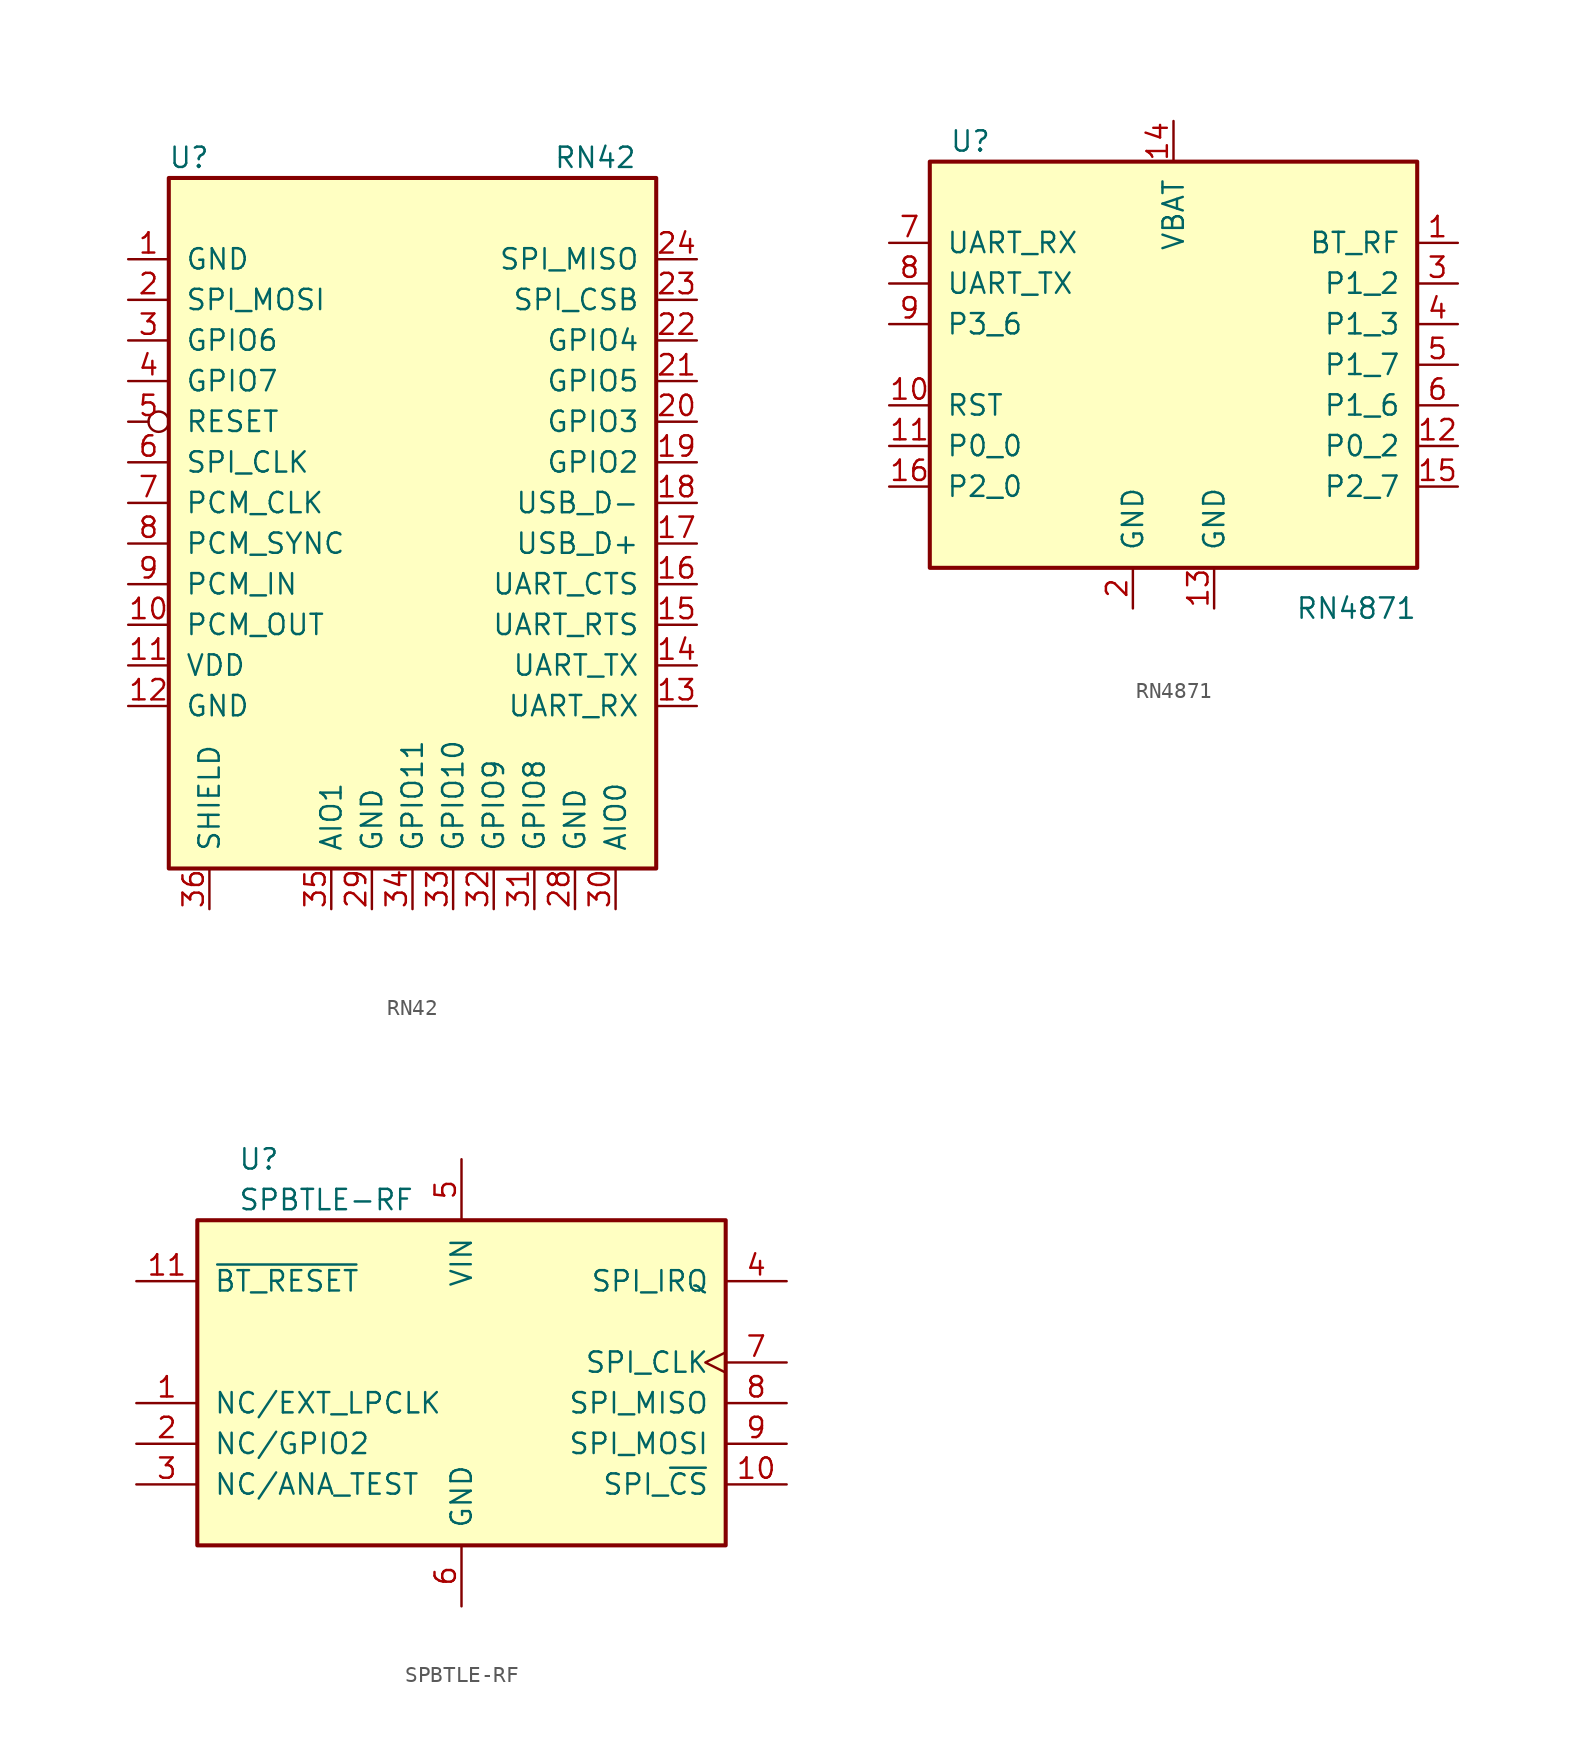
<source format=kicad_sym>
(kicad_symbol_lib
  (version 20201005)
  (generator kicad_symbol_editor)
  (symbol "RF_Bluetooth:RN42"
    (pin_names
      (offset 1.016))
    (property "Reference" "U"
      (at -13.97 24.13 0)
      (effects (font (size 1.27 1.27))))
    (property "Value" "RN42"
      (at 11.43 24.13 0)
      (effects (font (size 1.27 1.27))))
    (symbol "RN42_0_1"
      (rectangle (start -15.24 22.86) (end 15.24 -20.32) (stroke (width 0.254)) (fill (type background))))
    (symbol "RN42_1_1"
      (pin power_in line (at -17.78 17.78 0) (length 2.54) (name "GND" (effects (font (size 1.27 1.27)))) (number "1" (effects (font (size 1.27 1.27)))))
      (pin output line (at -17.78 -5.08 0) (length 2.54) (name "PCM_OUT" (effects (font (size 1.27 1.27)))) (number "10" (effects (font (size 1.27 1.27)))))
      (pin power_in line (at -17.78 -7.62 0) (length 2.54) (name "VDD" (effects (font (size 1.27 1.27)))) (number "11" (effects (font (size 1.27 1.27)))))
      (pin power_in line (at -17.78 -10.16 0) (length 2.54) (name "GND" (effects (font (size 1.27 1.27)))) (number "12" (effects (font (size 1.27 1.27)))))
      (pin input line (at 17.78 -10.16 180) (length 2.54) (name "UART_RX" (effects (font (size 1.27 1.27)))) (number "13" (effects (font (size 1.27 1.27)))))
      (pin output line (at 17.78 -7.62 180) (length 2.54) (name "UART_TX" (effects (font (size 1.27 1.27)))) (number "14" (effects (font (size 1.27 1.27)))))
      (pin output line (at 17.78 -5.08 180) (length 2.54) (name "UART_RTS" (effects (font (size 1.27 1.27)))) (number "15" (effects (font (size 1.27 1.27)))))
      (pin input line (at 17.78 -2.54 180) (length 2.54) (name "UART_CTS" (effects (font (size 1.27 1.27)))) (number "16" (effects (font (size 1.27 1.27)))))
      (pin bidirectional line (at 17.78 0 180) (length 2.54) (name "USB_D+" (effects (font (size 1.27 1.27)))) (number "17" (effects (font (size 1.27 1.27)))))
      (pin bidirectional line (at 17.78 2.54 180) (length 2.54) (name "USB_D-" (effects (font (size 1.27 1.27)))) (number "18" (effects (font (size 1.27 1.27)))))
      (pin bidirectional line (at 17.78 5.08 180) (length 2.54) (name "GPIO2" (effects (font (size 1.27 1.27)))) (number "19" (effects (font (size 1.27 1.27)))))
      (pin input line (at -17.78 15.24 0) (length 2.54) (name "SPI_MOSI" (effects (font (size 1.27 1.27)))) (number "2" (effects (font (size 1.27 1.27)))))
      (pin input line (at 17.78 7.62 180) (length 2.54) (name "GPIO3" (effects (font (size 1.27 1.27)))) (number "20" (effects (font (size 1.27 1.27)))))
      (pin bidirectional line (at 17.78 10.16 180) (length 2.54) (name "GPIO5" (effects (font (size 1.27 1.27)))) (number "21" (effects (font (size 1.27 1.27)))))
      (pin bidirectional line (at 17.78 12.7 180) (length 2.54) (name "GPIO4" (effects (font (size 1.27 1.27)))) (number "22" (effects (font (size 1.27 1.27)))))
      (pin input line (at 17.78 15.24 180) (length 2.54) (name "SPI_CSB" (effects (font (size 1.27 1.27)))) (number "23" (effects (font (size 1.27 1.27)))))
      (pin output line (at 17.78 17.78 180) (length 2.54) (name "SPI_MISO" (effects (font (size 1.27 1.27)))) (number "24" (effects (font (size 1.27 1.27)))))
      (pin power_in line (at 10.16 -22.86 90) (length 2.54) (name "GND" (effects (font (size 1.27 1.27)))) (number "28" (effects (font (size 1.27 1.27)))))
      (pin power_in line (at -2.54 -22.86 90) (length 2.54) (name "GND" (effects (font (size 1.27 1.27)))) (number "29" (effects (font (size 1.27 1.27)))))
      (pin input line (at -17.78 12.7 0) (length 2.54) (name "GPIO6" (effects (font (size 1.27 1.27)))) (number "3" (effects (font (size 1.27 1.27)))))
      (pin input line (at 12.7 -22.86 90) (length 2.54) (name "AIO0" (effects (font (size 1.27 1.27)))) (number "30" (effects (font (size 1.27 1.27)))))
      (pin output line (at 7.62 -22.86 90) (length 2.54) (name "GPIO8" (effects (font (size 1.27 1.27)))) (number "31" (effects (font (size 1.27 1.27)))))
      (pin bidirectional line (at 5.08 -22.86 90) (length 2.54) (name "GPIO9" (effects (font (size 1.27 1.27)))) (number "32" (effects (font (size 1.27 1.27)))))
      (pin bidirectional line (at 2.54 -22.86 90) (length 2.54) (name "GPIO10" (effects (font (size 1.27 1.27)))) (number "33" (effects (font (size 1.27 1.27)))))
      (pin bidirectional line (at 0 -22.86 90) (length 2.54) (name "GPIO11" (effects (font (size 1.27 1.27)))) (number "34" (effects (font (size 1.27 1.27)))))
      (pin input line (at -5.08 -22.86 90) (length 2.54) (name "AIO1" (effects (font (size 1.27 1.27)))) (number "35" (effects (font (size 1.27 1.27)))))
      (pin input line (at -12.7 -22.86 90) (length 2.54) (name "SHIELD" (effects (font (size 1.27 1.27)))) (number "36" (effects (font (size 1.27 1.27)))))
      (pin bidirectional line (at -17.78 10.16 0) (length 2.54) (name "GPIO7" (effects (font (size 1.27 1.27)))) (number "4" (effects (font (size 1.27 1.27)))))
      (pin input inverted (at -17.78 7.62 0) (length 2.54) (name "RESET" (effects (font (size 1.27 1.27)))) (number "5" (effects (font (size 1.27 1.27)))))
      (pin input line (at -17.78 5.08 0) (length 2.54) (name "SPI_CLK" (effects (font (size 1.27 1.27)))) (number "6" (effects (font (size 1.27 1.27)))))
      (pin bidirectional line (at -17.78 2.54 0) (length 2.54) (name "PCM_CLK" (effects (font (size 1.27 1.27)))) (number "7" (effects (font (size 1.27 1.27)))))
      (pin bidirectional line (at -17.78 0 0) (length 2.54) (name "PCM_SYNC" (effects (font (size 1.27 1.27)))) (number "8" (effects (font (size 1.27 1.27)))))
      (pin input line (at -17.78 -2.54 0) (length 2.54) (name "PCM_IN" (effects (font (size 1.27 1.27)))) (number "9" (effects (font (size 1.27 1.27)))))))
  (symbol "RF_Bluetooth:RN4871"
    (pin_names
      (offset 1.016))
    (property "Reference" "U"
      (at -12.7 13.97 0)
      (effects (font (size 1.27 1.27))))
    (property "Value" "RN4871"
      (at 11.43 -15.24 0)
      (effects (font (size 1.27 1.27))))
    (symbol "RN4871_0_1"
      (rectangle (start -15.24 12.7) (end 15.24 -12.7) (stroke (width 0.254)) (fill (type background))))
    (symbol "RN4871_1_1"
      (pin output line (at 17.78 7.62 180) (length 2.54) (name "BT_RF" (effects (font (size 1.27 1.27)))) (number "1" (effects (font (size 1.27 1.27)))))
      (pin input line (at -17.78 -2.54 0) (length 2.54) (name "RST" (effects (font (size 1.27 1.27)))) (number "10" (effects (font (size 1.27 1.27)))))
      (pin bidirectional line (at -17.78 -5.08 0) (length 2.54) (name "P0_0" (effects (font (size 1.27 1.27)))) (number "11" (effects (font (size 1.27 1.27)))))
      (pin bidirectional line (at 17.78 -5.08 180) (length 2.54) (name "P0_2" (effects (font (size 1.27 1.27)))) (number "12" (effects (font (size 1.27 1.27)))))
      (pin power_in line (at 2.54 -15.24 90) (length 2.54) (name "GND" (effects (font (size 1.27 1.27)))) (number "13" (effects (font (size 1.27 1.27)))))
      (pin power_in line (at 0 15.24 270) (length 2.54) (name "VBAT" (effects (font (size 1.27 1.27)))) (number "14" (effects (font (size 1.27 1.27)))))
      (pin bidirectional line (at 17.78 -7.62 180) (length 2.54) (name "P2_7" (effects (font (size 1.27 1.27)))) (number "15" (effects (font (size 1.27 1.27)))))
      (pin input line (at -17.78 -7.62 0) (length 2.54) (name "P2_0" (effects (font (size 1.27 1.27)))) (number "16" (effects (font (size 1.27 1.27)))))
      (pin power_in line (at -2.54 -15.24 90) (length 2.54) (name "GND" (effects (font (size 1.27 1.27)))) (number "2" (effects (font (size 1.27 1.27)))))
      (pin bidirectional line (at 17.78 5.08 180) (length 2.54) (name "P1_2" (effects (font (size 1.27 1.27)))) (number "3" (effects (font (size 1.27 1.27)))))
      (pin bidirectional line (at 17.78 2.54 180) (length 2.54) (name "P1_3" (effects (font (size 1.27 1.27)))) (number "4" (effects (font (size 1.27 1.27)))))
      (pin bidirectional line (at 17.78 0 180) (length 2.54) (name "P1_7" (effects (font (size 1.27 1.27)))) (number "5" (effects (font (size 1.27 1.27)))))
      (pin bidirectional line (at 17.78 -2.54 180) (length 2.54) (name "P1_6" (effects (font (size 1.27 1.27)))) (number "6" (effects (font (size 1.27 1.27)))))
      (pin input line (at -17.78 7.62 0) (length 2.54) (name "UART_RX" (effects (font (size 1.27 1.27)))) (number "7" (effects (font (size 1.27 1.27)))))
      (pin output line (at -17.78 5.08 0) (length 2.54) (name "UART_TX" (effects (font (size 1.27 1.27)))) (number "8" (effects (font (size 1.27 1.27)))))
      (pin bidirectional line (at -17.78 2.54 0) (length 2.54) (name "P3_6" (effects (font (size 1.27 1.27)))) (number "9" (effects (font (size 1.27 1.27)))))))
  (symbol "RF_Bluetooth:SPBTLE-RF"
    (pin_names
      (offset 1.016))
    (property "Reference" "U"
      (at -13.97 12.7 0)
      (effects (font (size 1.27 1.27)) (justify left)))
    (property "Value" "SPBTLE-RF"
      (at -13.97 10.16 0)
      (effects (font (size 1.27 1.27)) (justify left)))
    (symbol "SPBTLE-RF_0_1"
      (rectangle (start -16.51 8.89) (end 16.51 -11.43) (stroke (width 0.254)) (fill (type background))))
    (symbol "SPBTLE-RF_1_1"
      (pin input line (at -20.32 -2.54 0) (length 3.81) (name "NC/EXT_LPCLK" (effects (font (size 1.27 1.27)))) (number "1" (effects (font (size 1.27 1.27)))))
      (pin input line (at 20.32 -7.62 180) (length 3.81) (name "SPI_~CS" (effects (font (size 1.27 1.27)))) (number "10" (effects (font (size 1.27 1.27)))))
      (pin input line (at -20.32 5.08 0) (length 3.81) (name "~BT_RESET" (effects (font (size 1.27 1.27)))) (number "11" (effects (font (size 1.27 1.27)))))
      (pin bidirectional line (at -20.32 -5.08 0) (length 3.81) (name "NC/GPIO2" (effects (font (size 1.27 1.27)))) (number "2" (effects (font (size 1.27 1.27)))))
      (pin input line (at -20.32 -7.62 0) (length 3.81) (name "NC/ANA_TEST" (effects (font (size 1.27 1.27)))) (number "3" (effects (font (size 1.27 1.27)))))
      (pin output line (at 20.32 5.08 180) (length 3.81) (name "SPI_IRQ" (effects (font (size 1.27 1.27)))) (number "4" (effects (font (size 1.27 1.27)))))
      (pin power_in line (at 0 12.7 270) (length 3.81) (name "VIN" (effects (font (size 1.27 1.27)))) (number "5" (effects (font (size 1.27 1.27)))))
      (pin power_in line (at 0 -15.24 90) (length 3.81) (name "GND" (effects (font (size 1.27 1.27)))) (number "6" (effects (font (size 1.27 1.27)))))
      (pin input clock (at 20.32 0 180) (length 3.81) (name "SPI_CLK" (effects (font (size 1.27 1.27)))) (number "7" (effects (font (size 1.27 1.27)))))
      (pin output line (at 20.32 -2.54 180) (length 3.81) (name "SPI_MISO" (effects (font (size 1.27 1.27)))) (number "8" (effects (font (size 1.27 1.27)))))
      (pin input line (at 20.32 -5.08 180) (length 3.81) (name "SPI_MOSI" (effects (font (size 1.27 1.27)))) (number "9" (effects (font (size 1.27 1.27))))))))
</source>
